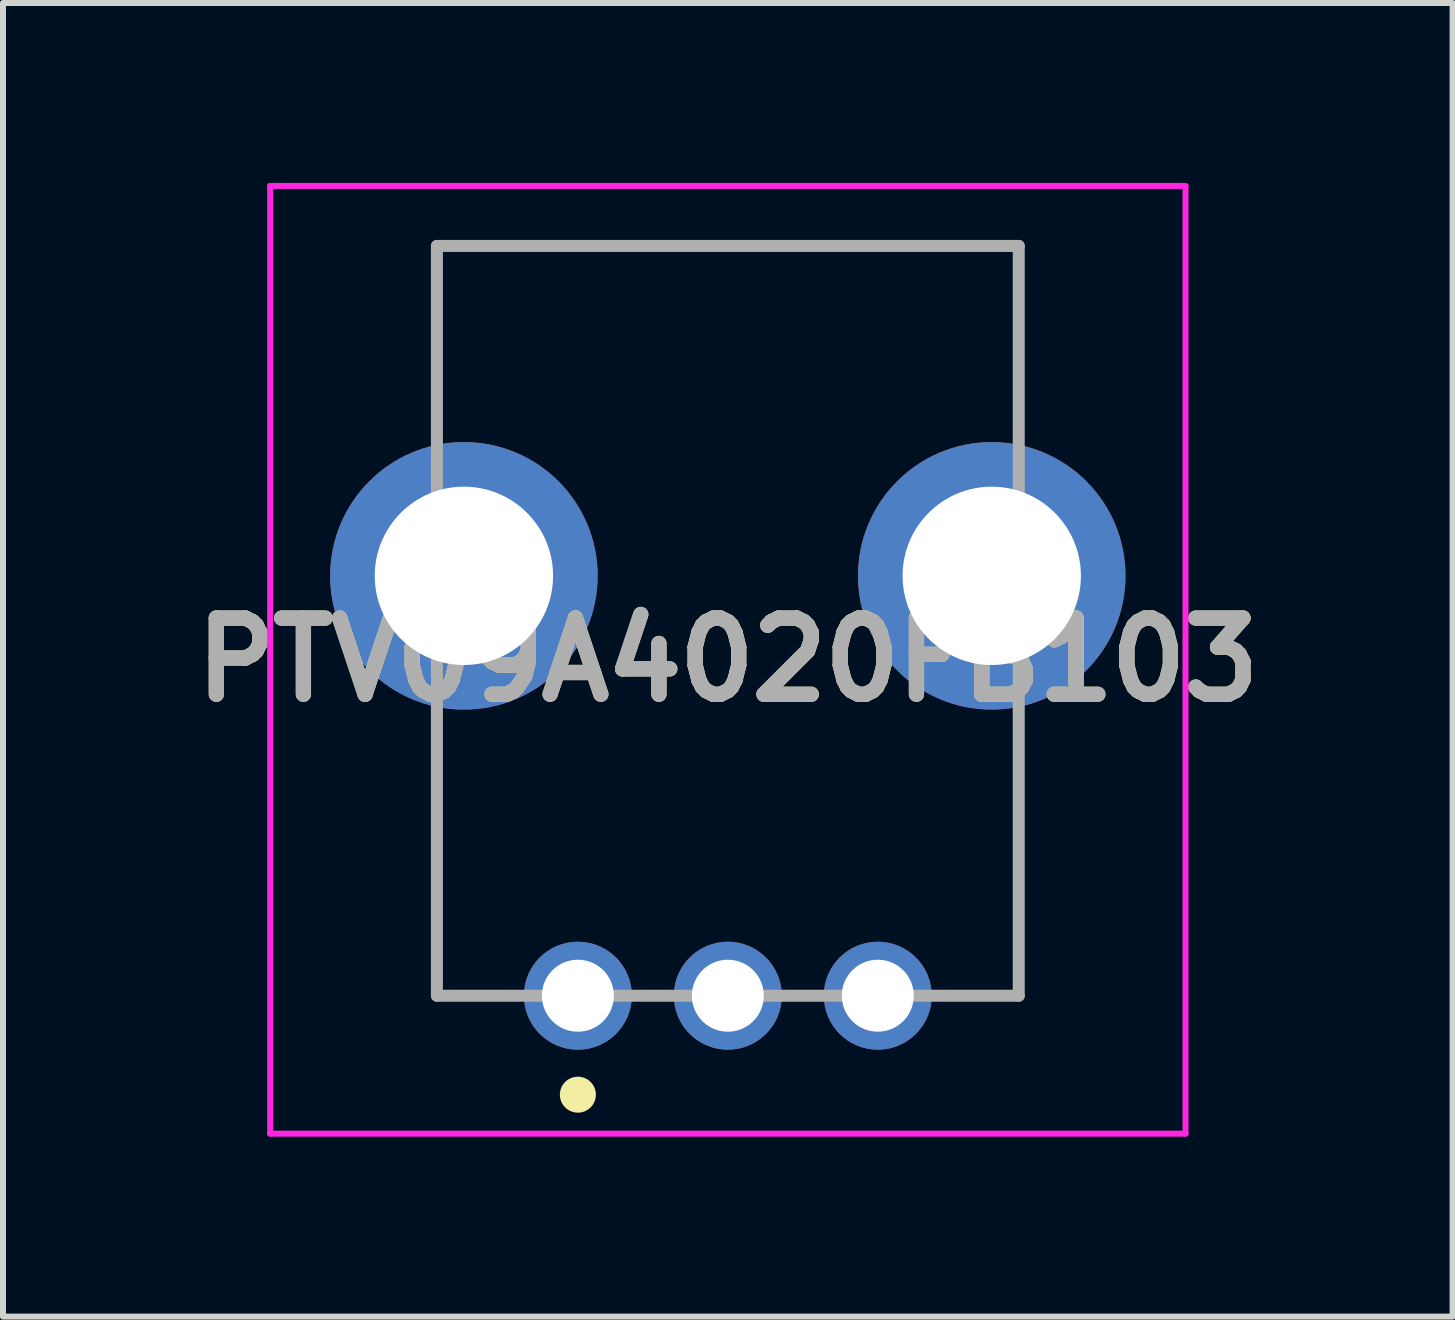
<source format=kicad_pcb>
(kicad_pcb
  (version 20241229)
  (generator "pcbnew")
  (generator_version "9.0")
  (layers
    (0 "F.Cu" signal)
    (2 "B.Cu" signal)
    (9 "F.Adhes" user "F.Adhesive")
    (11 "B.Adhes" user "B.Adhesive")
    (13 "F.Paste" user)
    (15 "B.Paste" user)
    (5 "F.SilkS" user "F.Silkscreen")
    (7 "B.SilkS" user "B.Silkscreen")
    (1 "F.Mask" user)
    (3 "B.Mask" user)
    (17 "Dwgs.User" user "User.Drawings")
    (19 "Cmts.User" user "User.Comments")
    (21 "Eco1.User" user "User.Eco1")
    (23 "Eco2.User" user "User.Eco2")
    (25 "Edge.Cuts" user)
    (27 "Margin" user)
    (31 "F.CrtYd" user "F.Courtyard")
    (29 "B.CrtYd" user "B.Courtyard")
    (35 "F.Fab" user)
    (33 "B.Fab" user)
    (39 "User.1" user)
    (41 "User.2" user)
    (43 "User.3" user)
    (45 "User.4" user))
  (footprint "PTV09A4020FB103"
    (layer "F.Cu")
    (at 9.084 7.95)
    (property "Reference" "PTV09A4020FB103" (at 0 0 0) (layer "F.SilkS") (effects (font (size 1.27 1.27) (thickness 0.254))))
    (attr through_hole)
    (fp_line (start -4.85 -6.9) (end 4.85 -6.9) (stroke (width 0.1) (type solid)) (layer "F.SilkS"))
    (fp_line (start -4.85 -3.9) (end -4.85 -6.9) (stroke (width 0.1) (type solid)) (layer "F.SilkS"))
    (fp_line (start -4.85 1.1) (end -4.85 5.6) (stroke (width 0.1) (type solid)) (layer "F.SilkS"))
    (fp_line (start -4.85 5.6) (end -4 5.6) (stroke (width 0.1) (type solid)) (layer "F.SilkS"))
    (fp_line (start 4 5.6) (end 4.85 5.6) (stroke (width 0.1) (type solid)) (layer "F.SilkS"))
    (fp_line (start 4.85 -6.9) (end 4.85 -3.9) (stroke (width 0.1) (type solid)) (layer "F.SilkS"))
    (fp_line (start 4.85 5.6) (end 4.85 1.1) (stroke (width 0.1) (type solid)) (layer "F.SilkS"))
    (fp_circle (center -2.5 7.25) (end -2.25 7.25) (stroke (width 0.1) (type default)) (fill yes) (layer "F.SilkS"))
    (fp_line (start -7.63 -7.9) (end 7.63 -7.9) (stroke (width 0.1) (type solid)) (layer "F.CrtYd"))
    (fp_line (start -7.63 7.9) (end -7.63 -7.9) (stroke (width 0.1) (type solid)) (layer "F.CrtYd"))
    (fp_line (start 7.63 -7.9) (end 7.63 7.9) (stroke (width 0.1) (type solid)) (layer "F.CrtYd"))
    (fp_line (start 7.63 7.9) (end -7.63 7.9) (stroke (width 0.1) (type solid)) (layer "F.CrtYd"))
    (fp_line (start -4.85 -6.9) (end 4.85 -6.9) (stroke (width 0.2) (type solid)) (layer "F.Fab"))
    (fp_line (start -4.85 5.6) (end -4.85 -6.9) (stroke (width 0.2) (type solid)) (layer "F.Fab"))
    (fp_line (start 4.85 -6.9) (end 4.85 5.6) (stroke (width 0.2) (type solid)) (layer "F.Fab"))
    (fp_line (start 4.85 5.6) (end -4.85 5.6) (stroke (width 0.2) (type solid)) (layer "F.Fab"))
    (fp_text user "${REFERENCE}" (at 0 0 0) (layer "F.Fab") (effects (font (size 1.27 1.27) (thickness 0.254))))
    (pad "1" thru_hole circle (at -2.5 5.6) (size 1.8 1.8) (drill 1.2) (layers "*.Cu" "*.Mask"))
    (pad "2" thru_hole circle (at 0 5.6) (size 1.8 1.8) (drill 1.2) (layers "*.Cu" "*.Mask"))
    (pad "3" thru_hole circle (at 2.5 5.6) (size 1.8 1.8) (drill 1.2) (layers "*.Cu" "*.Mask"))
    (pad "4" thru_hole circle (at -4.4 -1.4) (size 4.46 4.46) (drill 2.973) (layers "*.Cu" "*.Mask"))
    (pad "5" thru_hole circle (at 4.4 -1.4) (size 4.46 4.46) (drill 2.973) (layers "*.Cu" "*.Mask")))
  (gr_rect
    (start -3 -3)
    (end 21.167 18.9)
    (stroke (width 0.1) (type default))
    (fill no)
    (layer "Edge.Cuts")))
</source>
